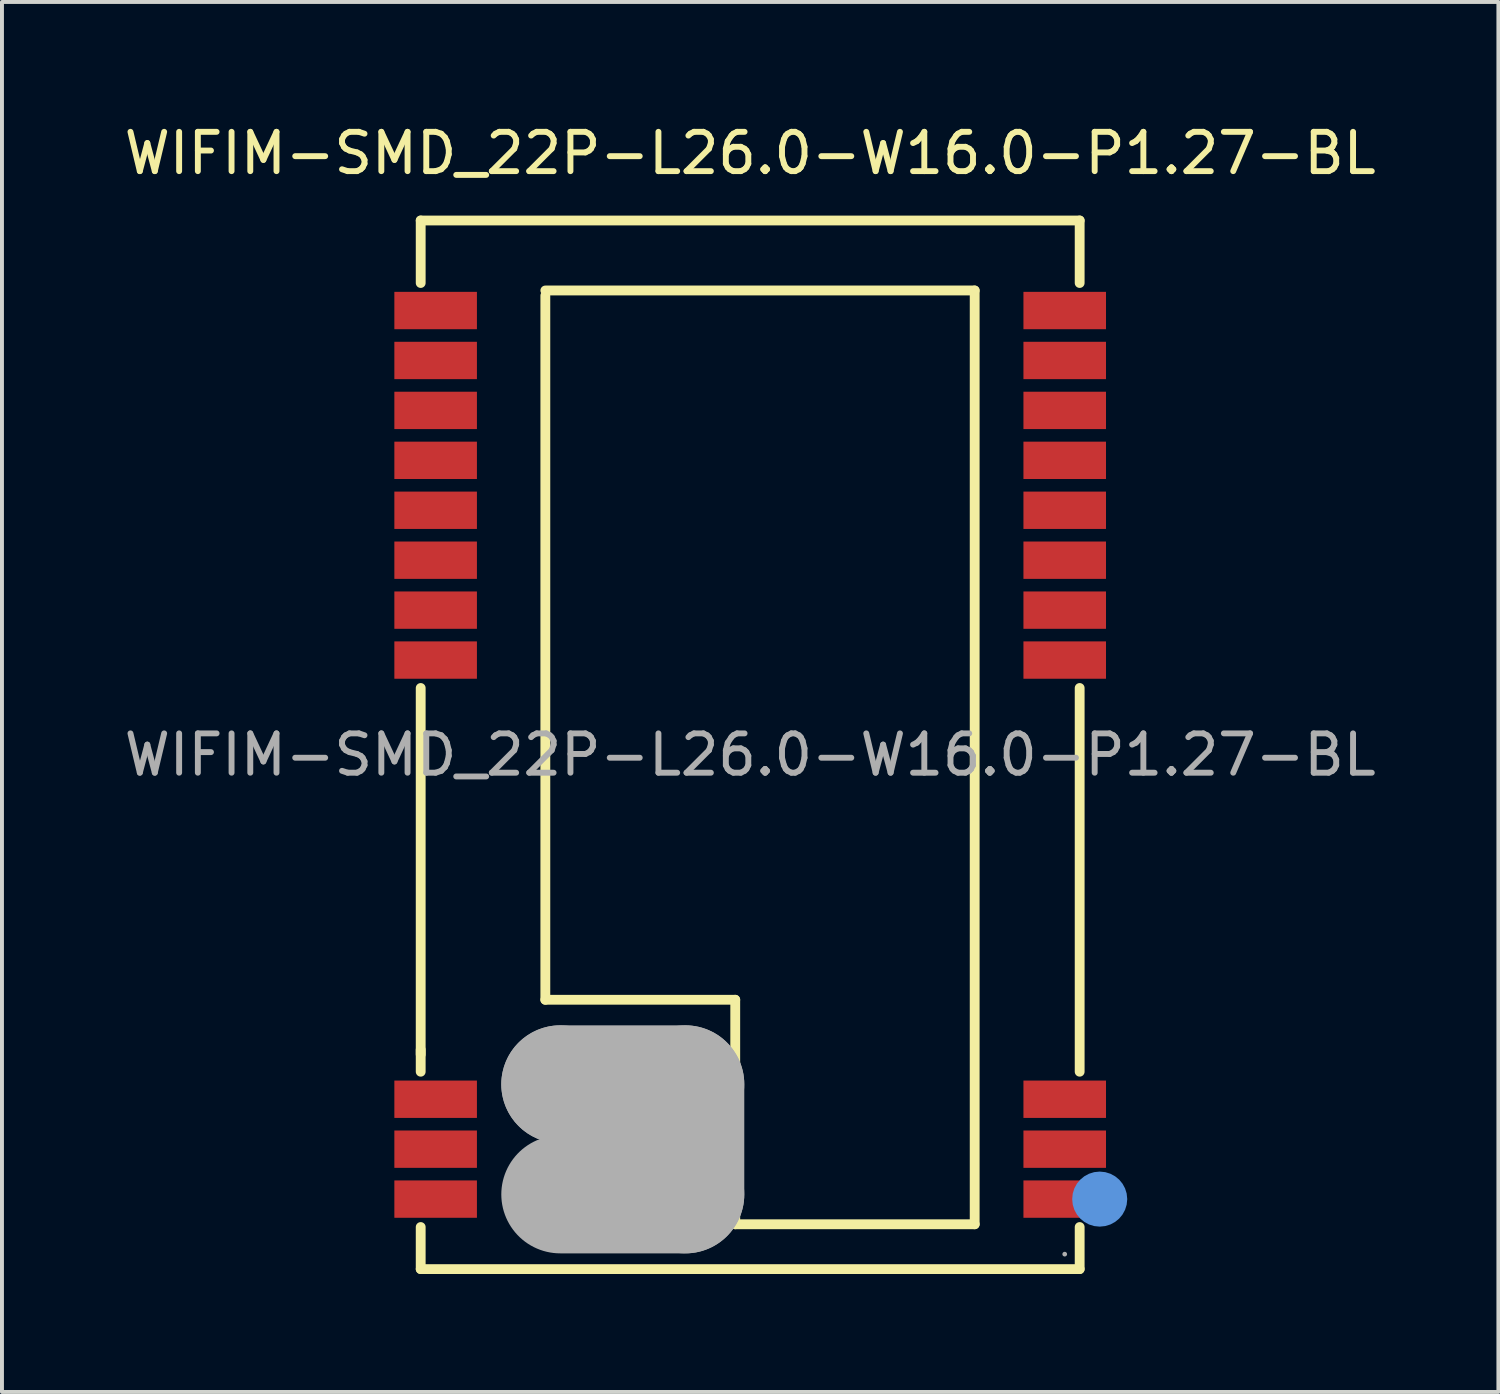
<source format=kicad_pcb>
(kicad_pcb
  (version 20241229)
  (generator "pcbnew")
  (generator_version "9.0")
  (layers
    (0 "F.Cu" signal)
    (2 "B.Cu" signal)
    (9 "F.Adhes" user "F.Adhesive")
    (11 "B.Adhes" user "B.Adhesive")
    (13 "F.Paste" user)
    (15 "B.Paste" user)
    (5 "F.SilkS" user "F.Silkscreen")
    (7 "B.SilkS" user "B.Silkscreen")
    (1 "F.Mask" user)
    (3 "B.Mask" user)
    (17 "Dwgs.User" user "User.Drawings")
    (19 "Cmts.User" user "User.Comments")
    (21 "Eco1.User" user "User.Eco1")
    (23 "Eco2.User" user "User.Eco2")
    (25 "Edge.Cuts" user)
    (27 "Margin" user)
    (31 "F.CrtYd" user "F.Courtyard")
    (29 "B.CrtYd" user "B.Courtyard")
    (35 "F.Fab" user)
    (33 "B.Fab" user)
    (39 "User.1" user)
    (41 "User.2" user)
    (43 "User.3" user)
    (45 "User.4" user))
  (footprint "WIFIM-SMD_22P-L26.0-W16.0-P1.27-BL"
    (layer "F.Cu")
    (at 16.03 16.148)
    (property "Reference" "WIFIM-SMD_22P-L26.0-W16.0-P1.27-BL" (at 0 -15.3 0) (layer "F.SilkS") (effects (font (size 1 1) (thickness 0.15))))
    (attr smd)
    (fp_line (start -8.38 -13.59) (end 8.38 -13.59) (stroke (width 0.25) (type solid)) (layer "F.SilkS"))
    (fp_line (start -8.38 -12) (end -8.38 -13.59) (stroke (width 0.25) (type solid)) (layer "F.SilkS"))
    (fp_line (start -8.38 7.62) (end -8.38 -1.7) (stroke (width 0.25) (type solid)) (layer "F.SilkS"))
    (fp_line (start -8.38 8.06) (end -8.38 7.5) (stroke (width 0.25) (type solid)) (layer "F.SilkS"))
    (fp_line (start -8.38 13.08) (end -8.38 12.01) (stroke (width 0.25) (type solid)) (layer "F.SilkS"))
    (fp_line (start -5.21 -11.81) (end 5.71 -11.81) (stroke (width 0.25) (type solid)) (layer "F.SilkS"))
    (fp_line (start -5.21 6.23) (end -5.21 -11.68) (stroke (width 0.25) (type solid)) (layer "F.SilkS"))
    (fp_line (start -0.38 6.23) (end -5.21 6.23) (stroke (width 0.25) (type solid)) (layer "F.SilkS"))
    (fp_line (start -0.38 11.94) (end -0.38 6.23) (stroke (width 0.25) (type solid)) (layer "F.SilkS"))
    (fp_line (start 5.71 -11.81) (end 5.71 11.94) (stroke (width 0.25) (type solid)) (layer "F.SilkS"))
    (fp_line (start 5.71 11.94) (end -0.38 11.94) (stroke (width 0.25) (type solid)) (layer "F.SilkS"))
    (fp_line (start 8.38 -13.59) (end 8.38 -12) (stroke (width 0.25) (type solid)) (layer "F.SilkS"))
    (fp_line (start 8.38 -1.7) (end 8.38 8.06) (stroke (width 0.25) (type solid)) (layer "F.SilkS"))
    (fp_line (start 8.38 12.01) (end 8.38 13.08) (stroke (width 0.25) (type solid)) (layer "F.SilkS"))
    (fp_line (start 8.38 13.08) (end -8.38 13.08) (stroke (width 0.25) (type solid)) (layer "F.SilkS"))
    (fp_circle (center 8.89 11.3) (end 9.24 11.3) (stroke (width 0.7) (type solid)) (fill no) (layer "Cmts.User"))
    (fp_line (start -4.83 8.38) (end -4.83 8.38) (stroke (width 3) (type solid)) (layer "F.Fab"))
    (fp_line (start -4.83 8.38) (end -1.65 8.38) (stroke (width 3) (type solid)) (layer "F.Fab"))
    (fp_line (start -1.65 8.38) (end -1.65 11.18) (stroke (width 3) (type solid)) (layer "F.Fab"))
    (fp_line (start -1.65 11.18) (end -4.83 11.18) (stroke (width 3) (type solid)) (layer "F.Fab"))
    (fp_circle (center 8 12.7) (end 8.03 12.7) (stroke (width 0.06) (type solid)) (fill no) (layer "F.Fab"))
    (fp_text user "${REFERENCE}" (at 0 0 0) (layer "F.Fab") (effects (font (size 1 1) (thickness 0.15))))
    (pad "1" smd rect (at 8 11.3 180) (size 2.1 0.95) (layers "F.Cu" "F.Mask" "F.Paste"))
    (pad "2" smd rect (at 8 10.03 180) (size 2.1 0.95) (layers "F.Cu" "F.Mask" "F.Paste"))
    (pad "3" smd rect (at 8 8.76 180) (size 2.1 0.95) (layers "F.Cu" "F.Mask" "F.Paste"))
    (pad "4" smd rect (at 8 -2.41 90) (size 0.95 2.1) (layers "F.Cu" "F.Mask" "F.Paste"))
    (pad "5" smd rect (at 8 -3.68 90) (size 0.95 2.1) (layers "F.Cu" "F.Mask" "F.Paste"))
    (pad "6" smd rect (at 8 -4.95 90) (size 0.95 2.1) (layers "F.Cu" "F.Mask" "F.Paste"))
    (pad "7" smd rect (at 8 -6.22 90) (size 0.95 2.1) (layers "F.Cu" "F.Mask" "F.Paste"))
    (pad "8" smd rect (at 8 -7.49 90) (size 0.95 2.1) (layers "F.Cu" "F.Mask" "F.Paste"))
    (pad "9" smd rect (at 8 -8.76 90) (size 0.95 2.1) (layers "F.Cu" "F.Mask" "F.Paste"))
    (pad "10" smd rect (at 8 -10.03 90) (size 0.95 2.1) (layers "F.Cu" "F.Mask" "F.Paste"))
    (pad "11" smd rect (at 8 -11.3 90) (size 0.95 2.1) (layers "F.Cu" "F.Mask" "F.Paste"))
    (pad "12" smd rect (at -8 -11.3 90) (size 0.95 2.1) (layers "F.Cu" "F.Mask" "F.Paste"))
    (pad "13" smd rect (at -8 -10.03 90) (size 0.95 2.1) (layers "F.Cu" "F.Mask" "F.Paste"))
    (pad "14" smd rect (at -8 -8.76 90) (size 0.95 2.1) (layers "F.Cu" "F.Mask" "F.Paste"))
    (pad "15" smd rect (at -8 -7.49 90) (size 0.95 2.1) (layers "F.Cu" "F.Mask" "F.Paste"))
    (pad "16" smd rect (at -8 -6.22 90) (size 0.95 2.1) (layers "F.Cu" "F.Mask" "F.Paste"))
    (pad "17" smd rect (at -8 -4.95 90) (size 0.95 2.1) (layers "F.Cu" "F.Mask" "F.Paste"))
    (pad "18" smd rect (at -8 -3.68 90) (size 0.95 2.1) (layers "F.Cu" "F.Mask" "F.Paste"))
    (pad "19" smd rect (at -8 -2.41 90) (size 0.95 2.1) (layers "F.Cu" "F.Mask" "F.Paste"))
    (pad "20" smd rect (at -8 8.76 90) (size 0.95 2.1) (layers "F.Cu" "F.Mask" "F.Paste"))
    (pad "21" smd rect (at -8 10.03 90) (size 0.95 2.1) (layers "F.Cu" "F.Mask" "F.Paste"))
    (pad "22" smd rect (at -8 11.3 90) (size 0.95 2.1) (layers "F.Cu" "F.Mask" "F.Paste")))
  (gr_rect
    (start -3 -3)
    (end 35.06 32.353)
    (stroke (width 0.1) (type default))
    (fill no)
    (layer "Edge.Cuts")))
</source>
